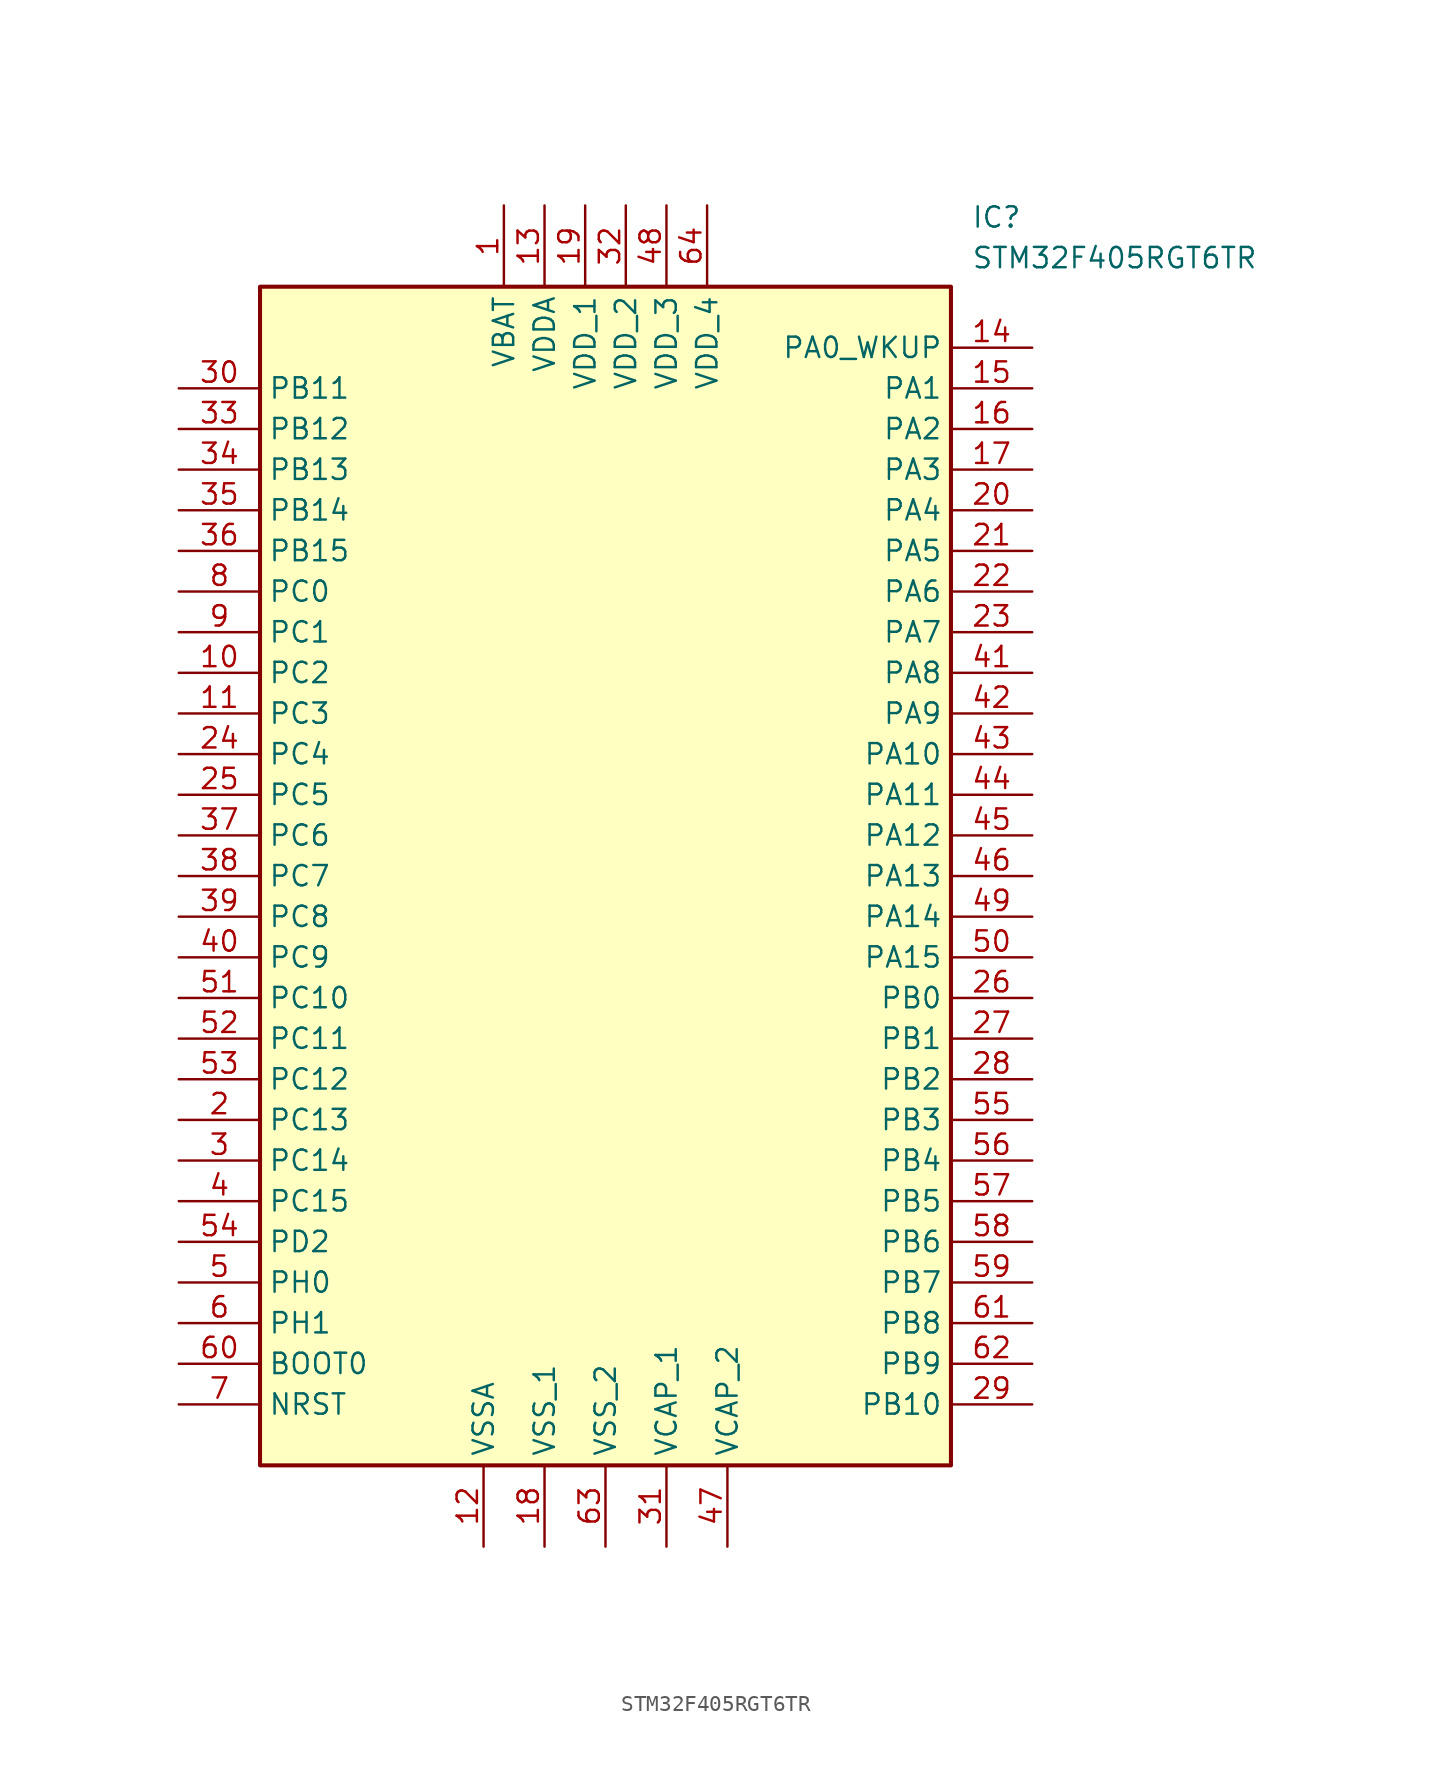
<source format=kicad_sym>
(kicad_symbol_lib
  (version 20241209)
  (generator "kicad_symbol_editor")
  (generator_version "9.0")
  (symbol "STM32F405RGT6TR"
    (property "Reference" "IC"
      (at 49.53 17.78 0)
      (effects (font (size 1.27 1.27)) (justify left top)))
    (property "Value" "STM32F405RGT6TR"
      (at 49.53 15.24 0)
      (effects (font (size 1.27 1.27)) (justify left top)))
    (symbol "STM32F405RGT6TR_1_1"
      (rectangle (start 5.08 12.7) (end 48.26 -60.96) (stroke (width 0.254) (type default)) (fill (type background)))
      (pin passive line (at 0 6.35 0) (length 5.08) (name "PB11" (effects (font (size 1.27 1.27)))) (number "30" (effects (font (size 1.27 1.27)))))
      (pin passive line (at 0 3.81 0) (length 5.08) (name "PB12" (effects (font (size 1.27 1.27)))) (number "33" (effects (font (size 1.27 1.27)))))
      (pin passive line (at 0 1.27 0) (length 5.08) (name "PB13" (effects (font (size 1.27 1.27)))) (number "34" (effects (font (size 1.27 1.27)))))
      (pin passive line (at 0 -1.27 0) (length 5.08) (name "PB14" (effects (font (size 1.27 1.27)))) (number "35" (effects (font (size 1.27 1.27)))))
      (pin passive line (at 0 -3.81 0) (length 5.08) (name "PB15" (effects (font (size 1.27 1.27)))) (number "36" (effects (font (size 1.27 1.27)))))
      (pin passive line (at 0 -6.35 0) (length 5.08) (name "PC0" (effects (font (size 1.27 1.27)))) (number "8" (effects (font (size 1.27 1.27)))))
      (pin passive line (at 0 -8.89 0) (length 5.08) (name "PC1" (effects (font (size 1.27 1.27)))) (number "9" (effects (font (size 1.27 1.27)))))
      (pin passive line (at 0 -11.43 0) (length 5.08) (name "PC2" (effects (font (size 1.27 1.27)))) (number "10" (effects (font (size 1.27 1.27)))))
      (pin passive line (at 0 -13.97 0) (length 5.08) (name "PC3" (effects (font (size 1.27 1.27)))) (number "11" (effects (font (size 1.27 1.27)))))
      (pin passive line (at 0 -16.51 0) (length 5.08) (name "PC4" (effects (font (size 1.27 1.27)))) (number "24" (effects (font (size 1.27 1.27)))))
      (pin passive line (at 0 -19.05 0) (length 5.08) (name "PC5" (effects (font (size 1.27 1.27)))) (number "25" (effects (font (size 1.27 1.27)))))
      (pin passive line (at 0 -21.59 0) (length 5.08) (name "PC6" (effects (font (size 1.27 1.27)))) (number "37" (effects (font (size 1.27 1.27)))))
      (pin passive line (at 0 -24.13 0) (length 5.08) (name "PC7" (effects (font (size 1.27 1.27)))) (number "38" (effects (font (size 1.27 1.27)))))
      (pin passive line (at 0 -26.67 0) (length 5.08) (name "PC8" (effects (font (size 1.27 1.27)))) (number "39" (effects (font (size 1.27 1.27)))))
      (pin passive line (at 0 -29.21 0) (length 5.08) (name "PC9" (effects (font (size 1.27 1.27)))) (number "40" (effects (font (size 1.27 1.27)))))
      (pin passive line (at 0 -31.75 0) (length 5.08) (name "PC10" (effects (font (size 1.27 1.27)))) (number "51" (effects (font (size 1.27 1.27)))))
      (pin passive line (at 0 -34.29 0) (length 5.08) (name "PC11" (effects (font (size 1.27 1.27)))) (number "52" (effects (font (size 1.27 1.27)))))
      (pin passive line (at 0 -36.83 0) (length 5.08) (name "PC12" (effects (font (size 1.27 1.27)))) (number "53" (effects (font (size 1.27 1.27)))))
      (pin passive line (at 0 -39.37 0) (length 5.08) (name "PC13" (effects (font (size 1.27 1.27)))) (number "2" (effects (font (size 1.27 1.27)))))
      (pin passive line (at 0 -41.91 0) (length 5.08) (name "PC14" (effects (font (size 1.27 1.27)))) (number "3" (effects (font (size 1.27 1.27)))))
      (pin passive line (at 0 -44.45 0) (length 5.08) (name "PC15" (effects (font (size 1.27 1.27)))) (number "4" (effects (font (size 1.27 1.27)))))
      (pin passive line (at 0 -46.99 0) (length 5.08) (name "PD2" (effects (font (size 1.27 1.27)))) (number "54" (effects (font (size 1.27 1.27)))))
      (pin passive line (at 0 -49.53 0) (length 5.08) (name "PH0" (effects (font (size 1.27 1.27)))) (number "5" (effects (font (size 1.27 1.27)))))
      (pin passive line (at 0 -52.07 0) (length 5.08) (name "PH1" (effects (font (size 1.27 1.27)))) (number "6" (effects (font (size 1.27 1.27)))))
      (pin passive line (at 0 -54.61 0) (length 5.08) (name "BOOT0" (effects (font (size 1.27 1.27)))) (number "60" (effects (font (size 1.27 1.27)))))
      (pin passive line (at 0 -57.15 0) (length 5.08) (name "NRST" (effects (font (size 1.27 1.27)))) (number "7" (effects (font (size 1.27 1.27)))))
      (pin passive line (at 19.05 -66.04 90) (length 5.08) (name "VSSA" (effects (font (size 1.27 1.27)))) (number "12" (effects (font (size 1.27 1.27)))))
      (pin passive line (at 20.32 17.78 270) (length 5.08) (name "VBAT" (effects (font (size 1.27 1.27)))) (number "1" (effects (font (size 1.27 1.27)))))
      (pin passive line (at 22.86 17.78 270) (length 5.08) (name "VDDA" (effects (font (size 1.27 1.27)))) (number "13" (effects (font (size 1.27 1.27)))))
      (pin passive line (at 22.86 -66.04 90) (length 5.08) (name "VSS_1" (effects (font (size 1.27 1.27)))) (number "18" (effects (font (size 1.27 1.27)))))
      (pin passive line (at 25.4 17.78 270) (length 5.08) (name "VDD_1" (effects (font (size 1.27 1.27)))) (number "19" (effects (font (size 1.27 1.27)))))
      (pin passive line (at 26.67 -66.04 90) (length 5.08) (name "VSS_2" (effects (font (size 1.27 1.27)))) (number "63" (effects (font (size 1.27 1.27)))))
      (pin passive line (at 27.94 17.78 270) (length 5.08) (name "VDD_2" (effects (font (size 1.27 1.27)))) (number "32" (effects (font (size 1.27 1.27)))))
      (pin passive line (at 30.48 17.78 270) (length 5.08) (name "VDD_3" (effects (font (size 1.27 1.27)))) (number "48" (effects (font (size 1.27 1.27)))))
      (pin passive line (at 30.48 -66.04 90) (length 5.08) (name "VCAP_1" (effects (font (size 1.27 1.27)))) (number "31" (effects (font (size 1.27 1.27)))))
      (pin passive line (at 33.02 17.78 270) (length 5.08) (name "VDD_4" (effects (font (size 1.27 1.27)))) (number "64" (effects (font (size 1.27 1.27)))))
      (pin passive line (at 34.29 -66.04 90) (length 5.08) (name "VCAP_2" (effects (font (size 1.27 1.27)))) (number "47" (effects (font (size 1.27 1.27)))))
      (pin passive line (at 53.34 8.89 180) (length 5.08) (name "PA0_WKUP" (effects (font (size 1.27 1.27)))) (number "14" (effects (font (size 1.27 1.27)))))
      (pin passive line (at 53.34 6.35 180) (length 5.08) (name "PA1" (effects (font (size 1.27 1.27)))) (number "15" (effects (font (size 1.27 1.27)))))
      (pin passive line (at 53.34 3.81 180) (length 5.08) (name "PA2" (effects (font (size 1.27 1.27)))) (number "16" (effects (font (size 1.27 1.27)))))
      (pin passive line (at 53.34 1.27 180) (length 5.08) (name "PA3" (effects (font (size 1.27 1.27)))) (number "17" (effects (font (size 1.27 1.27)))))
      (pin passive line (at 53.34 -1.27 180) (length 5.08) (name "PA4" (effects (font (size 1.27 1.27)))) (number "20" (effects (font (size 1.27 1.27)))))
      (pin passive line (at 53.34 -3.81 180) (length 5.08) (name "PA5" (effects (font (size 1.27 1.27)))) (number "21" (effects (font (size 1.27 1.27)))))
      (pin passive line (at 53.34 -6.35 180) (length 5.08) (name "PA6" (effects (font (size 1.27 1.27)))) (number "22" (effects (font (size 1.27 1.27)))))
      (pin passive line (at 53.34 -8.89 180) (length 5.08) (name "PA7" (effects (font (size 1.27 1.27)))) (number "23" (effects (font (size 1.27 1.27)))))
      (pin passive line (at 53.34 -11.43 180) (length 5.08) (name "PA8" (effects (font (size 1.27 1.27)))) (number "41" (effects (font (size 1.27 1.27)))))
      (pin passive line (at 53.34 -13.97 180) (length 5.08) (name "PA9" (effects (font (size 1.27 1.27)))) (number "42" (effects (font (size 1.27 1.27)))))
      (pin passive line (at 53.34 -16.51 180) (length 5.08) (name "PA10" (effects (font (size 1.27 1.27)))) (number "43" (effects (font (size 1.27 1.27)))))
      (pin passive line (at 53.34 -19.05 180) (length 5.08) (name "PA11" (effects (font (size 1.27 1.27)))) (number "44" (effects (font (size 1.27 1.27)))))
      (pin passive line (at 53.34 -21.59 180) (length 5.08) (name "PA12" (effects (font (size 1.27 1.27)))) (number "45" (effects (font (size 1.27 1.27)))))
      (pin passive line (at 53.34 -24.13 180) (length 5.08) (name "PA13" (effects (font (size 1.27 1.27)))) (number "46" (effects (font (size 1.27 1.27)))))
      (pin passive line (at 53.34 -26.67 180) (length 5.08) (name "PA14" (effects (font (size 1.27 1.27)))) (number "49" (effects (font (size 1.27 1.27)))))
      (pin passive line (at 53.34 -29.21 180) (length 5.08) (name "PA15" (effects (font (size 1.27 1.27)))) (number "50" (effects (font (size 1.27 1.27)))))
      (pin passive line (at 53.34 -31.75 180) (length 5.08) (name "PB0" (effects (font (size 1.27 1.27)))) (number "26" (effects (font (size 1.27 1.27)))))
      (pin passive line (at 53.34 -34.29 180) (length 5.08) (name "PB1" (effects (font (size 1.27 1.27)))) (number "27" (effects (font (size 1.27 1.27)))))
      (pin passive line (at 53.34 -36.83 180) (length 5.08) (name "PB2" (effects (font (size 1.27 1.27)))) (number "28" (effects (font (size 1.27 1.27)))))
      (pin passive line (at 53.34 -39.37 180) (length 5.08) (name "PB3" (effects (font (size 1.27 1.27)))) (number "55" (effects (font (size 1.27 1.27)))))
      (pin passive line (at 53.34 -41.91 180) (length 5.08) (name "PB4" (effects (font (size 1.27 1.27)))) (number "56" (effects (font (size 1.27 1.27)))))
      (pin passive line (at 53.34 -44.45 180) (length 5.08) (name "PB5" (effects (font (size 1.27 1.27)))) (number "57" (effects (font (size 1.27 1.27)))))
      (pin passive line (at 53.34 -46.99 180) (length 5.08) (name "PB6" (effects (font (size 1.27 1.27)))) (number "58" (effects (font (size 1.27 1.27)))))
      (pin passive line (at 53.34 -49.53 180) (length 5.08) (name "PB7" (effects (font (size 1.27 1.27)))) (number "59" (effects (font (size 1.27 1.27)))))
      (pin passive line (at 53.34 -52.07 180) (length 5.08) (name "PB8" (effects (font (size 1.27 1.27)))) (number "61" (effects (font (size 1.27 1.27)))))
      (pin passive line (at 53.34 -54.61 180) (length 5.08) (name "PB9" (effects (font (size 1.27 1.27)))) (number "62" (effects (font (size 1.27 1.27)))))
      (pin passive line (at 53.34 -57.15 180) (length 5.08) (name "PB10" (effects (font (size 1.27 1.27)))) (number "29" (effects (font (size 1.27 1.27))))))))
</source>
